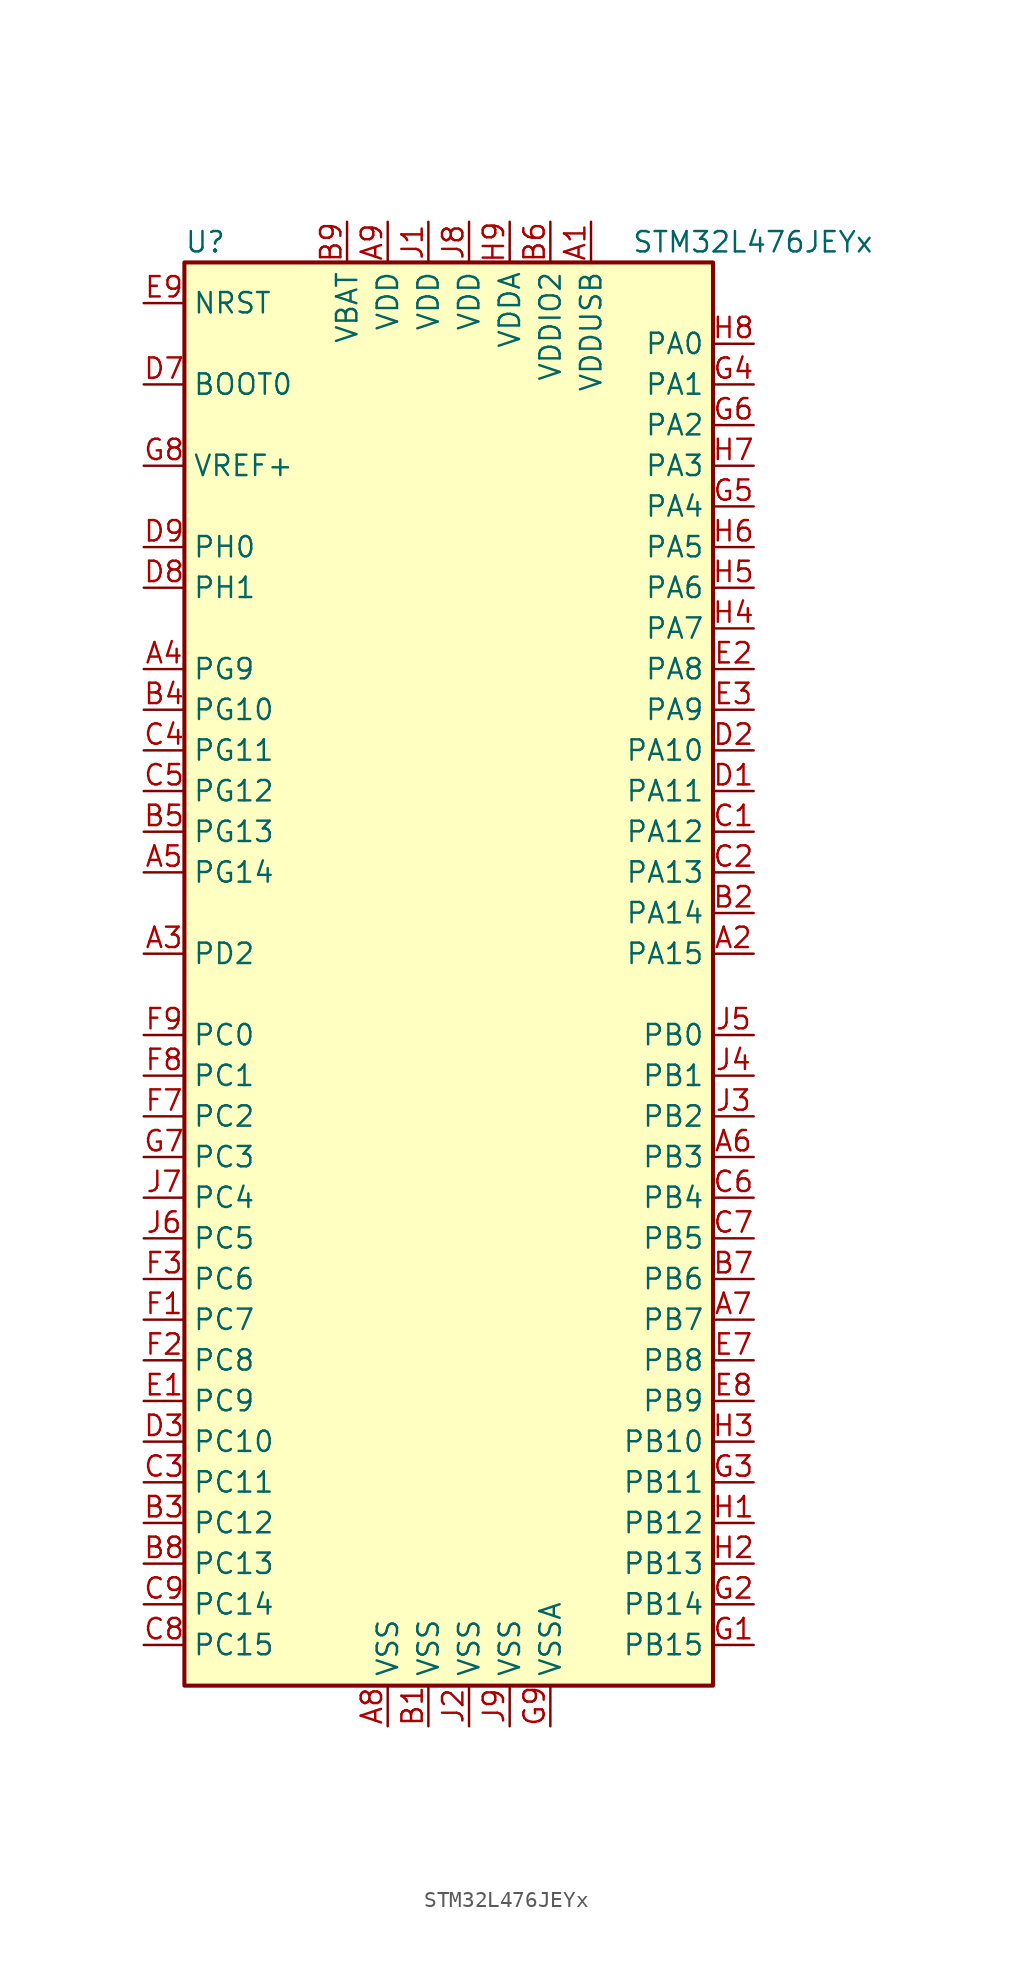
<source format=kicad_sym>
(kicad_symbol_lib
  (version 20201005)
  (generator kicad_symbol_editor)
  (symbol "MCU_ST_STM32L4:STM32L476JEYx"
    (property "Reference" "U"
      (at -17.78 44.45 0)
      (effects (font (size 1.27 1.27)) (justify left)))
    (property "Value" "STM32L476JEYx"
      (at 10.16 44.45 0)
      (effects (font (size 1.27 1.27)) (justify left)))
    (symbol "STM32L476JEYx_0_1"
      (rectangle (start -17.78 -45.72) (end 15.24 43.18) (stroke (width 0.254)) (fill (type background))))
    (symbol "STM32L476JEYx_1_1"
      (pin power_in line (at 7.62 45.72 270) (length 2.54) (name "VDDUSB" (effects (font (size 1.27 1.27)))) (number "A1" (effects (font (size 1.27 1.27)))))
      (pin bidirectional line (at 17.78 0 180) (length 2.54) (name "PA15" (effects (font (size 1.27 1.27)))) (number "A2" (effects (font (size 1.27 1.27)))))
      (pin bidirectional line (at -20.32 0 0) (length 2.54) (name "PD2" (effects (font (size 1.27 1.27)))) (number "A3" (effects (font (size 1.27 1.27)))))
      (pin bidirectional line (at -20.32 17.78 0) (length 2.54) (name "PG9" (effects (font (size 1.27 1.27)))) (number "A4" (effects (font (size 1.27 1.27)))))
      (pin bidirectional line (at -20.32 5.08 0) (length 2.54) (name "PG14" (effects (font (size 1.27 1.27)))) (number "A5" (effects (font (size 1.27 1.27)))))
      (pin bidirectional line (at 17.78 -12.7 180) (length 2.54) (name "PB3" (effects (font (size 1.27 1.27)))) (number "A6" (effects (font (size 1.27 1.27)))))
      (pin bidirectional line (at 17.78 -22.86 180) (length 2.54) (name "PB7" (effects (font (size 1.27 1.27)))) (number "A7" (effects (font (size 1.27 1.27)))))
      (pin power_in line (at -5.08 -48.26 90) (length 2.54) (name "VSS" (effects (font (size 1.27 1.27)))) (number "A8" (effects (font (size 1.27 1.27)))))
      (pin power_in line (at -5.08 45.72 270) (length 2.54) (name "VDD" (effects (font (size 1.27 1.27)))) (number "A9" (effects (font (size 1.27 1.27)))))
      (pin power_in line (at -2.54 -48.26 90) (length 2.54) (name "VSS" (effects (font (size 1.27 1.27)))) (number "B1" (effects (font (size 1.27 1.27)))))
      (pin bidirectional line (at 17.78 2.54 180) (length 2.54) (name "PA14" (effects (font (size 1.27 1.27)))) (number "B2" (effects (font (size 1.27 1.27)))))
      (pin bidirectional line (at -20.32 -35.56 0) (length 2.54) (name "PC12" (effects (font (size 1.27 1.27)))) (number "B3" (effects (font (size 1.27 1.27)))))
      (pin bidirectional line (at -20.32 15.24 0) (length 2.54) (name "PG10" (effects (font (size 1.27 1.27)))) (number "B4" (effects (font (size 1.27 1.27)))))
      (pin bidirectional line (at -20.32 7.62 0) (length 2.54) (name "PG13" (effects (font (size 1.27 1.27)))) (number "B5" (effects (font (size 1.27 1.27)))))
      (pin power_in line (at 5.08 45.72 270) (length 2.54) (name "VDDIO2" (effects (font (size 1.27 1.27)))) (number "B6" (effects (font (size 1.27 1.27)))))
      (pin bidirectional line (at 17.78 -20.32 180) (length 2.54) (name "PB6" (effects (font (size 1.27 1.27)))) (number "B7" (effects (font (size 1.27 1.27)))))
      (pin bidirectional line (at -20.32 -38.1 0) (length 2.54) (name "PC13" (effects (font (size 1.27 1.27)))) (number "B8" (effects (font (size 1.27 1.27)))))
      (pin power_in line (at -7.62 45.72 270) (length 2.54) (name "VBAT" (effects (font (size 1.27 1.27)))) (number "B9" (effects (font (size 1.27 1.27)))))
      (pin bidirectional line (at 17.78 7.62 180) (length 2.54) (name "PA12" (effects (font (size 1.27 1.27)))) (number "C1" (effects (font (size 1.27 1.27)))))
      (pin bidirectional line (at 17.78 5.08 180) (length 2.54) (name "PA13" (effects (font (size 1.27 1.27)))) (number "C2" (effects (font (size 1.27 1.27)))))
      (pin bidirectional line (at -20.32 -33.02 0) (length 2.54) (name "PC11" (effects (font (size 1.27 1.27)))) (number "C3" (effects (font (size 1.27 1.27)))))
      (pin bidirectional line (at -20.32 12.7 0) (length 2.54) (name "PG11" (effects (font (size 1.27 1.27)))) (number "C4" (effects (font (size 1.27 1.27)))))
      (pin bidirectional line (at -20.32 10.16 0) (length 2.54) (name "PG12" (effects (font (size 1.27 1.27)))) (number "C5" (effects (font (size 1.27 1.27)))))
      (pin bidirectional line (at 17.78 -15.24 180) (length 2.54) (name "PB4" (effects (font (size 1.27 1.27)))) (number "C6" (effects (font (size 1.27 1.27)))))
      (pin bidirectional line (at 17.78 -17.78 180) (length 2.54) (name "PB5" (effects (font (size 1.27 1.27)))) (number "C7" (effects (font (size 1.27 1.27)))))
      (pin bidirectional line (at -20.32 -43.18 0) (length 2.54) (name "PC15" (effects (font (size 1.27 1.27)))) (number "C8" (effects (font (size 1.27 1.27)))))
      (pin bidirectional line (at -20.32 -40.64 0) (length 2.54) (name "PC14" (effects (font (size 1.27 1.27)))) (number "C9" (effects (font (size 1.27 1.27)))))
      (pin bidirectional line (at 17.78 10.16 180) (length 2.54) (name "PA11" (effects (font (size 1.27 1.27)))) (number "D1" (effects (font (size 1.27 1.27)))))
      (pin bidirectional line (at 17.78 12.7 180) (length 2.54) (name "PA10" (effects (font (size 1.27 1.27)))) (number "D2" (effects (font (size 1.27 1.27)))))
      (pin bidirectional line (at -20.32 -30.48 0) (length 2.54) (name "PC10" (effects (font (size 1.27 1.27)))) (number "D3" (effects (font (size 1.27 1.27)))))
      (pin input line (at -20.32 35.56 0) (length 2.54) (name "BOOT0" (effects (font (size 1.27 1.27)))) (number "D7" (effects (font (size 1.27 1.27)))))
      (pin input line (at -20.32 22.86 0) (length 2.54) (name "PH1" (effects (font (size 1.27 1.27)))) (number "D8" (effects (font (size 1.27 1.27)))))
      (pin input line (at -20.32 25.4 0) (length 2.54) (name "PH0" (effects (font (size 1.27 1.27)))) (number "D9" (effects (font (size 1.27 1.27)))))
      (pin bidirectional line (at -20.32 -27.94 0) (length 2.54) (name "PC9" (effects (font (size 1.27 1.27)))) (number "E1" (effects (font (size 1.27 1.27)))))
      (pin bidirectional line (at 17.78 17.78 180) (length 2.54) (name "PA8" (effects (font (size 1.27 1.27)))) (number "E2" (effects (font (size 1.27 1.27)))))
      (pin bidirectional line (at 17.78 15.24 180) (length 2.54) (name "PA9" (effects (font (size 1.27 1.27)))) (number "E3" (effects (font (size 1.27 1.27)))))
      (pin bidirectional line (at 17.78 -25.4 180) (length 2.54) (name "PB8" (effects (font (size 1.27 1.27)))) (number "E7" (effects (font (size 1.27 1.27)))))
      (pin bidirectional line (at 17.78 -27.94 180) (length 2.54) (name "PB9" (effects (font (size 1.27 1.27)))) (number "E8" (effects (font (size 1.27 1.27)))))
      (pin input line (at -20.32 40.64 0) (length 2.54) (name "NRST" (effects (font (size 1.27 1.27)))) (number "E9" (effects (font (size 1.27 1.27)))))
      (pin bidirectional line (at -20.32 -22.86 0) (length 2.54) (name "PC7" (effects (font (size 1.27 1.27)))) (number "F1" (effects (font (size 1.27 1.27)))))
      (pin bidirectional line (at -20.32 -25.4 0) (length 2.54) (name "PC8" (effects (font (size 1.27 1.27)))) (number "F2" (effects (font (size 1.27 1.27)))))
      (pin bidirectional line (at -20.32 -20.32 0) (length 2.54) (name "PC6" (effects (font (size 1.27 1.27)))) (number "F3" (effects (font (size 1.27 1.27)))))
      (pin bidirectional line (at -20.32 -10.16 0) (length 2.54) (name "PC2" (effects (font (size 1.27 1.27)))) (number "F7" (effects (font (size 1.27 1.27)))))
      (pin bidirectional line (at -20.32 -7.62 0) (length 2.54) (name "PC1" (effects (font (size 1.27 1.27)))) (number "F8" (effects (font (size 1.27 1.27)))))
      (pin bidirectional line (at -20.32 -5.08 0) (length 2.54) (name "PC0" (effects (font (size 1.27 1.27)))) (number "F9" (effects (font (size 1.27 1.27)))))
      (pin bidirectional line (at 17.78 -43.18 180) (length 2.54) (name "PB15" (effects (font (size 1.27 1.27)))) (number "G1" (effects (font (size 1.27 1.27)))))
      (pin bidirectional line (at 17.78 -40.64 180) (length 2.54) (name "PB14" (effects (font (size 1.27 1.27)))) (number "G2" (effects (font (size 1.27 1.27)))))
      (pin bidirectional line (at 17.78 -33.02 180) (length 2.54) (name "PB11" (effects (font (size 1.27 1.27)))) (number "G3" (effects (font (size 1.27 1.27)))))
      (pin bidirectional line (at 17.78 35.56 180) (length 2.54) (name "PA1" (effects (font (size 1.27 1.27)))) (number "G4" (effects (font (size 1.27 1.27)))))
      (pin bidirectional line (at 17.78 27.94 180) (length 2.54) (name "PA4" (effects (font (size 1.27 1.27)))) (number "G5" (effects (font (size 1.27 1.27)))))
      (pin bidirectional line (at 17.78 33.02 180) (length 2.54) (name "PA2" (effects (font (size 1.27 1.27)))) (number "G6" (effects (font (size 1.27 1.27)))))
      (pin bidirectional line (at -20.32 -12.7 0) (length 2.54) (name "PC3" (effects (font (size 1.27 1.27)))) (number "G7" (effects (font (size 1.27 1.27)))))
      (pin bidirectional line (at -20.32 30.48 0) (length 2.54) (name "VREF+" (effects (font (size 1.27 1.27)))) (number "G8" (effects (font (size 1.27 1.27)))))
      (pin power_in line (at 5.08 -48.26 90) (length 2.54) (name "VSSA" (effects (font (size 1.27 1.27)))) (number "G9" (effects (font (size 1.27 1.27)))))
      (pin bidirectional line (at 17.78 -35.56 180) (length 2.54) (name "PB12" (effects (font (size 1.27 1.27)))) (number "H1" (effects (font (size 1.27 1.27)))))
      (pin bidirectional line (at 17.78 -38.1 180) (length 2.54) (name "PB13" (effects (font (size 1.27 1.27)))) (number "H2" (effects (font (size 1.27 1.27)))))
      (pin bidirectional line (at 17.78 -30.48 180) (length 2.54) (name "PB10" (effects (font (size 1.27 1.27)))) (number "H3" (effects (font (size 1.27 1.27)))))
      (pin bidirectional line (at 17.78 20.32 180) (length 2.54) (name "PA7" (effects (font (size 1.27 1.27)))) (number "H4" (effects (font (size 1.27 1.27)))))
      (pin bidirectional line (at 17.78 22.86 180) (length 2.54) (name "PA6" (effects (font (size 1.27 1.27)))) (number "H5" (effects (font (size 1.27 1.27)))))
      (pin bidirectional line (at 17.78 25.4 180) (length 2.54) (name "PA5" (effects (font (size 1.27 1.27)))) (number "H6" (effects (font (size 1.27 1.27)))))
      (pin bidirectional line (at 17.78 30.48 180) (length 2.54) (name "PA3" (effects (font (size 1.27 1.27)))) (number "H7" (effects (font (size 1.27 1.27)))))
      (pin bidirectional line (at 17.78 38.1 180) (length 2.54) (name "PA0" (effects (font (size 1.27 1.27)))) (number "H8" (effects (font (size 1.27 1.27)))))
      (pin power_in line (at 2.54 45.72 270) (length 2.54) (name "VDDA" (effects (font (size 1.27 1.27)))) (number "H9" (effects (font (size 1.27 1.27)))))
      (pin power_in line (at -2.54 45.72 270) (length 2.54) (name "VDD" (effects (font (size 1.27 1.27)))) (number "J1" (effects (font (size 1.27 1.27)))))
      (pin power_in line (at 0 -48.26 90) (length 2.54) (name "VSS" (effects (font (size 1.27 1.27)))) (number "J2" (effects (font (size 1.27 1.27)))))
      (pin bidirectional line (at 17.78 -10.16 180) (length 2.54) (name "PB2" (effects (font (size 1.27 1.27)))) (number "J3" (effects (font (size 1.27 1.27)))))
      (pin bidirectional line (at 17.78 -7.62 180) (length 2.54) (name "PB1" (effects (font (size 1.27 1.27)))) (number "J4" (effects (font (size 1.27 1.27)))))
      (pin bidirectional line (at 17.78 -5.08 180) (length 2.54) (name "PB0" (effects (font (size 1.27 1.27)))) (number "J5" (effects (font (size 1.27 1.27)))))
      (pin bidirectional line (at -20.32 -17.78 0) (length 2.54) (name "PC5" (effects (font (size 1.27 1.27)))) (number "J6" (effects (font (size 1.27 1.27)))))
      (pin bidirectional line (at -20.32 -15.24 0) (length 2.54) (name "PC4" (effects (font (size 1.27 1.27)))) (number "J7" (effects (font (size 1.27 1.27)))))
      (pin power_in line (at 0 45.72 270) (length 2.54) (name "VDD" (effects (font (size 1.27 1.27)))) (number "J8" (effects (font (size 1.27 1.27)))))
      (pin power_in line (at 2.54 -48.26 90) (length 2.54) (name "VSS" (effects (font (size 1.27 1.27)))) (number "J9" (effects (font (size 1.27 1.27))))))))
</source>
